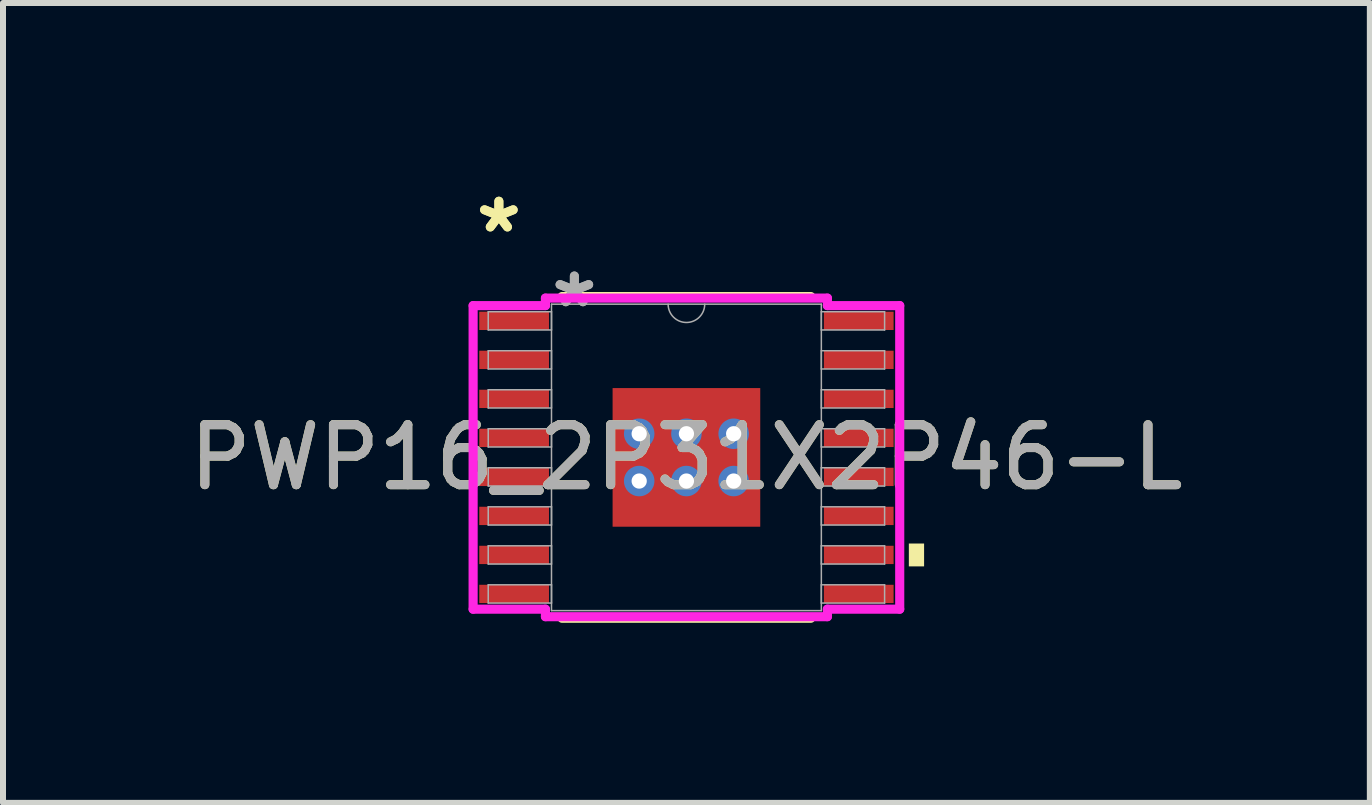
<source format=kicad_pcb>
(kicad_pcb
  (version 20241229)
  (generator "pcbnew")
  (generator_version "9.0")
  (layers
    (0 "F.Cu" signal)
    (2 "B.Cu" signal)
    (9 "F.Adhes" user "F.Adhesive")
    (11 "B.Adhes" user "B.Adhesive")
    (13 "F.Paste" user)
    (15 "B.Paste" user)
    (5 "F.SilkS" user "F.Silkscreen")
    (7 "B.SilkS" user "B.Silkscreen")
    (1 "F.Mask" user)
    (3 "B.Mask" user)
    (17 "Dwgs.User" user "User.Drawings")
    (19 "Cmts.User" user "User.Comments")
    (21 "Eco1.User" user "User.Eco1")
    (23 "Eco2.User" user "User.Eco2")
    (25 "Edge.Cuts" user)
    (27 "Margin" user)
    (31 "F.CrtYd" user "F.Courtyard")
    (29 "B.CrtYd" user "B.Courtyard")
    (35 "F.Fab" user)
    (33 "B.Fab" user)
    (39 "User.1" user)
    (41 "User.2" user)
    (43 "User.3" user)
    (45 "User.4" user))
  (footprint "PWP16_2P31X2P46-L"
    (layer "F.Cu")
    (at 8.387 4.571)
    (property "Reference" "PWP16_2P31X2P46-L" (at 0 0 0) (unlocked yes) (layer "F.SilkS") (effects (font (size 1 1) (thickness 0.15))))
    (attr smd)
    (fp_poly (pts (xy -1.294 -1.218) (xy -0.987 -1.218) (xy -0.987 1.218) (xy -1.294 1.218)) (stroke (width 0) (type solid)) (fill yes) (layer "F.Mask"))
    (fp_poly (pts (xy -1.294 -1.218) (xy 1.294 -1.218) (xy 1.294 -0.594) (xy -1.294 -0.594)) (stroke (width 0) (type solid)) (fill yes) (layer "F.Mask"))
    (fp_poly (pts (xy -1.294 -0.194) (xy 1.294 -0.194) (xy 1.294 0.194) (xy -1.294 0.194)) (stroke (width 0) (type solid)) (fill yes) (layer "F.Mask"))
    (fp_poly (pts (xy -1.294 0.594) (xy 1.294 0.594) (xy 1.294 1.218) (xy -1.294 1.218)) (stroke (width 0) (type solid)) (fill yes) (layer "F.Mask"))
    (fp_poly (pts (xy -0.2 -1.218) (xy -0.587 -1.218) (xy -0.587 1.218) (xy -0.2 1.218)) (stroke (width 0) (type solid)) (fill yes) (layer "F.Mask"))
    (fp_poly (pts (xy 0.587 -1.218) (xy 0.2 -1.218) (xy 0.2 1.218) (xy 0.587 1.218)) (stroke (width 0) (type solid)) (fill yes) (layer "F.Mask"))
    (fp_poly (pts (xy 0.987 -1.218) (xy 1.294 -1.218) (xy 1.294 1.218) (xy 0.987 1.218)) (stroke (width 0) (type solid)) (fill yes) (layer "F.Mask"))
    (fp_line (start -2.073 2.68) (end 2.073 2.68) (stroke (width 0.152) (type solid)) (layer "F.SilkS"))
    (fp_line (start 2.073 -2.68) (end -2.073 -2.68) (stroke (width 0.152) (type solid)) (layer "F.SilkS"))
    (fp_poly (pts (xy 3.96 1.435) (xy 3.96 1.816) (xy 3.706 1.816) (xy 3.706 1.435)) (stroke (width 0) (type solid)) (fill yes) (layer "F.SilkS"))
    (fp_poly (pts (xy -1.155 -1.08) (xy -1.155 -0.494) (xy -1.029 -0.494) (xy -0.887 -0.635) (xy -0.887 -1.08)) (stroke (width 0) (type solid)) (fill yes) (layer "F.Paste"))
    (fp_poly (pts (xy -1.155 0.494) (xy -1.155 1.08) (xy -0.887 1.08) (xy -0.887 0.635) (xy -1.029 0.494)) (stroke (width 0) (type solid)) (fill yes) (layer "F.Paste"))
    (fp_poly (pts (xy 0.887 -1.08) (xy 0.887 -0.635) (xy 1.029 -0.494) (xy 1.155 -0.494) (xy 1.155 -1.08)) (stroke (width 0) (type solid)) (fill yes) (layer "F.Paste"))
    (fp_poly (pts (xy 1.029 0.494) (xy 0.887 0.635) (xy 0.887 1.08) (xy 1.155 1.08) (xy 1.155 0.494)) (stroke (width 0) (type solid)) (fill yes) (layer "F.Paste"))
    (fp_poly (pts (xy -1.155 -0.294) (xy -1.155 0.294) (xy -1.029 0.294) (xy -0.887 0.152) (xy -0.887 -0.152) (xy -1.029 -0.294)) (stroke (width 0) (type solid)) (fill yes) (layer "F.Paste"))
    (fp_poly (pts (xy -0.687 -1.08) (xy -0.687 -0.635) (xy -0.546 -0.494) (xy -0.241 -0.494) (xy -0.1 -0.635) (xy -0.1 -1.08)) (stroke (width 0) (type solid)) (fill yes) (layer "F.Paste"))
    (fp_poly (pts (xy -0.546 0.494) (xy -0.687 0.635) (xy -0.687 1.08) (xy -0.1 1.08) (xy -0.1 0.635) (xy -0.241 0.494)) (stroke (width 0) (type solid)) (fill yes) (layer "F.Paste"))
    (fp_poly (pts (xy 0.1 -1.08) (xy 0.1 -0.635) (xy 0.241 -0.494) (xy 0.546 -0.494) (xy 0.687 -0.635) (xy 0.687 -1.08)) (stroke (width 0) (type solid)) (fill yes) (layer "F.Paste"))
    (fp_poly (pts (xy 0.241 0.494) (xy 0.1 0.635) (xy 0.1 1.08) (xy 0.687 1.08) (xy 0.687 0.635) (xy 0.546 0.494)) (stroke (width 0) (type solid)) (fill yes) (layer "F.Paste"))
    (fp_poly (pts (xy 1.029 -0.294) (xy 0.887 -0.152) (xy 0.887 0.152) (xy 1.029 0.294) (xy 1.155 0.294) (xy 1.155 -0.294)) (stroke (width 0) (type solid)) (fill yes) (layer "F.Paste"))
    (fp_poly (pts (xy -0.546 -0.294) (xy -0.687 -0.152) (xy -0.687 0.152) (xy -0.546 0.294) (xy -0.241 0.294) (xy -0.1 0.152) (xy -0.1 -0.152) (xy -0.241 -0.294)) (stroke (width 0) (type solid)) (fill yes) (layer "F.Paste"))
    (fp_poly (pts (xy 0.241 -0.294) (xy 0.1 -0.152) (xy 0.1 0.152) (xy 0.241 0.294) (xy 0.546 0.294) (xy 0.687 0.152) (xy 0.687 -0.152) (xy 0.546 -0.294)) (stroke (width 0) (type solid)) (fill yes) (layer "F.Paste"))
    (fp_line (start -3.554 -2.529) (end -2.349 -2.529) (stroke (width 0.152) (type solid)) (layer "F.CrtYd"))
    (fp_line (start -3.554 2.529) (end -3.554 -2.529) (stroke (width 0.152) (type solid)) (layer "F.CrtYd"))
    (fp_line (start -3.554 2.529) (end -2.349 2.529) (stroke (width 0.152) (type solid)) (layer "F.CrtYd"))
    (fp_line (start -2.349 -2.654) (end 2.349 -2.654) (stroke (width 0.152) (type solid)) (layer "F.CrtYd"))
    (fp_line (start -2.349 -2.529) (end -2.349 -2.654) (stroke (width 0.152) (type solid)) (layer "F.CrtYd"))
    (fp_line (start -2.349 2.654) (end -2.349 2.529) (stroke (width 0.152) (type solid)) (layer "F.CrtYd"))
    (fp_line (start 2.349 -2.654) (end 2.349 -2.529) (stroke (width 0.152) (type solid)) (layer "F.CrtYd"))
    (fp_line (start 2.349 2.529) (end 2.349 2.654) (stroke (width 0.152) (type solid)) (layer "F.CrtYd"))
    (fp_line (start 2.349 2.654) (end -2.349 2.654) (stroke (width 0.152) (type solid)) (layer "F.CrtYd"))
    (fp_line (start 3.554 -2.529) (end 2.349 -2.529) (stroke (width 0.152) (type solid)) (layer "F.CrtYd"))
    (fp_line (start 3.554 -2.529) (end 3.554 2.529) (stroke (width 0.152) (type solid)) (layer "F.CrtYd"))
    (fp_line (start 3.554 2.529) (end 2.349 2.529) (stroke (width 0.152) (type solid)) (layer "F.CrtYd"))
    (fp_line (start -3.302 -2.427) (end -3.302 -2.123) (stroke (width 0.025) (type solid)) (layer "F.Fab"))
    (fp_line (start -3.302 -2.123) (end -2.248 -2.123) (stroke (width 0.025) (type solid)) (layer "F.Fab"))
    (fp_line (start -3.302 -1.777) (end -3.302 -1.473) (stroke (width 0.025) (type solid)) (layer "F.Fab"))
    (fp_line (start -3.302 -1.473) (end -2.248 -1.473) (stroke (width 0.025) (type solid)) (layer "F.Fab"))
    (fp_line (start -3.302 -1.127) (end -3.302 -0.823) (stroke (width 0.025) (type solid)) (layer "F.Fab"))
    (fp_line (start -3.302 -0.823) (end -2.248 -0.823) (stroke (width 0.025) (type solid)) (layer "F.Fab"))
    (fp_line (start -3.302 -0.477) (end -3.302 -0.173) (stroke (width 0.025) (type solid)) (layer "F.Fab"))
    (fp_line (start -3.302 -0.173) (end -2.248 -0.173) (stroke (width 0.025) (type solid)) (layer "F.Fab"))
    (fp_line (start -3.302 0.173) (end -3.302 0.477) (stroke (width 0.025) (type solid)) (layer "F.Fab"))
    (fp_line (start -3.302 0.477) (end -2.248 0.477) (stroke (width 0.025) (type solid)) (layer "F.Fab"))
    (fp_line (start -3.302 0.823) (end -3.302 1.127) (stroke (width 0.025) (type solid)) (layer "F.Fab"))
    (fp_line (start -3.302 1.127) (end -2.248 1.127) (stroke (width 0.025) (type solid)) (layer "F.Fab"))
    (fp_line (start -3.302 1.473) (end -3.302 1.777) (stroke (width 0.025) (type solid)) (layer "F.Fab"))
    (fp_line (start -3.302 1.777) (end -2.248 1.777) (stroke (width 0.025) (type solid)) (layer "F.Fab"))
    (fp_line (start -3.302 2.123) (end -3.302 2.427) (stroke (width 0.025) (type solid)) (layer "F.Fab"))
    (fp_line (start -3.302 2.427) (end -2.248 2.427) (stroke (width 0.025) (type solid)) (layer "F.Fab"))
    (fp_line (start -2.248 -2.553) (end -2.248 2.553) (stroke (width 0.025) (type solid)) (layer "F.Fab"))
    (fp_line (start -2.248 -2.427) (end -3.302 -2.427) (stroke (width 0.025) (type solid)) (layer "F.Fab"))
    (fp_line (start -2.248 -2.123) (end -2.248 -2.427) (stroke (width 0.025) (type solid)) (layer "F.Fab"))
    (fp_line (start -2.248 -1.777) (end -3.302 -1.777) (stroke (width 0.025) (type solid)) (layer "F.Fab"))
    (fp_line (start -2.248 -1.473) (end -2.248 -1.777) (stroke (width 0.025) (type solid)) (layer "F.Fab"))
    (fp_line (start -2.248 -1.127) (end -3.302 -1.127) (stroke (width 0.025) (type solid)) (layer "F.Fab"))
    (fp_line (start -2.248 -0.823) (end -2.248 -1.127) (stroke (width 0.025) (type solid)) (layer "F.Fab"))
    (fp_line (start -2.248 -0.477) (end -3.302 -0.477) (stroke (width 0.025) (type solid)) (layer "F.Fab"))
    (fp_line (start -2.248 -0.173) (end -2.248 -0.477) (stroke (width 0.025) (type solid)) (layer "F.Fab"))
    (fp_line (start -2.248 0.173) (end -3.302 0.173) (stroke (width 0.025) (type solid)) (layer "F.Fab"))
    (fp_line (start -2.248 0.477) (end -2.248 0.173) (stroke (width 0.025) (type solid)) (layer "F.Fab"))
    (fp_line (start -2.248 0.823) (end -3.302 0.823) (stroke (width 0.025) (type solid)) (layer "F.Fab"))
    (fp_line (start -2.248 1.127) (end -2.248 0.823) (stroke (width 0.025) (type solid)) (layer "F.Fab"))
    (fp_line (start -2.248 1.473) (end -3.302 1.473) (stroke (width 0.025) (type solid)) (layer "F.Fab"))
    (fp_line (start -2.248 1.777) (end -2.248 1.473) (stroke (width 0.025) (type solid)) (layer "F.Fab"))
    (fp_line (start -2.248 2.123) (end -3.302 2.123) (stroke (width 0.025) (type solid)) (layer "F.Fab"))
    (fp_line (start -2.248 2.427) (end -2.248 2.123) (stroke (width 0.025) (type solid)) (layer "F.Fab"))
    (fp_line (start -2.248 2.553) (end 2.248 2.553) (stroke (width 0.025) (type solid)) (layer "F.Fab"))
    (fp_line (start 2.248 -2.553) (end -2.248 -2.553) (stroke (width 0.025) (type solid)) (layer "F.Fab"))
    (fp_line (start 2.248 -2.427) (end 2.248 -2.123) (stroke (width 0.025) (type solid)) (layer "F.Fab"))
    (fp_line (start 2.248 -2.123) (end 3.302 -2.123) (stroke (width 0.025) (type solid)) (layer "F.Fab"))
    (fp_line (start 2.248 -1.777) (end 2.248 -1.473) (stroke (width 0.025) (type solid)) (layer "F.Fab"))
    (fp_line (start 2.248 -1.473) (end 3.302 -1.473) (stroke (width 0.025) (type solid)) (layer "F.Fab"))
    (fp_line (start 2.248 -1.127) (end 2.248 -0.823) (stroke (width 0.025) (type solid)) (layer "F.Fab"))
    (fp_line (start 2.248 -0.823) (end 3.302 -0.823) (stroke (width 0.025) (type solid)) (layer "F.Fab"))
    (fp_line (start 2.248 -0.477) (end 2.248 -0.173) (stroke (width 0.025) (type solid)) (layer "F.Fab"))
    (fp_line (start 2.248 -0.173) (end 3.302 -0.173) (stroke (width 0.025) (type solid)) (layer "F.Fab"))
    (fp_line (start 2.248 0.173) (end 2.248 0.477) (stroke (width 0.025) (type solid)) (layer "F.Fab"))
    (fp_line (start 2.248 0.477) (end 3.302 0.477) (stroke (width 0.025) (type solid)) (layer "F.Fab"))
    (fp_line (start 2.248 0.823) (end 2.248 1.127) (stroke (width 0.025) (type solid)) (layer "F.Fab"))
    (fp_line (start 2.248 1.127) (end 3.302 1.127) (stroke (width 0.025) (type solid)) (layer "F.Fab"))
    (fp_line (start 2.248 1.473) (end 2.248 1.777) (stroke (width 0.025) (type solid)) (layer "F.Fab"))
    (fp_line (start 2.248 1.777) (end 3.302 1.777) (stroke (width 0.025) (type solid)) (layer "F.Fab"))
    (fp_line (start 2.248 2.123) (end 2.248 2.427) (stroke (width 0.025) (type solid)) (layer "F.Fab"))
    (fp_line (start 2.248 2.427) (end 3.302 2.427) (stroke (width 0.025) (type solid)) (layer "F.Fab"))
    (fp_line (start 2.248 2.553) (end 2.248 -2.553) (stroke (width 0.025) (type solid)) (layer "F.Fab"))
    (fp_line (start 3.302 -2.427) (end 2.248 -2.427) (stroke (width 0.025) (type solid)) (layer "F.Fab"))
    (fp_line (start 3.302 -2.123) (end 3.302 -2.427) (stroke (width 0.025) (type solid)) (layer "F.Fab"))
    (fp_line (start 3.302 -1.777) (end 2.248 -1.777) (stroke (width 0.025) (type solid)) (layer "F.Fab"))
    (fp_line (start 3.302 -1.473) (end 3.302 -1.777) (stroke (width 0.025) (type solid)) (layer "F.Fab"))
    (fp_line (start 3.302 -1.127) (end 2.248 -1.127) (stroke (width 0.025) (type solid)) (layer "F.Fab"))
    (fp_line (start 3.302 -0.823) (end 3.302 -1.127) (stroke (width 0.025) (type solid)) (layer "F.Fab"))
    (fp_line (start 3.302 -0.477) (end 2.248 -0.477) (stroke (width 0.025) (type solid)) (layer "F.Fab"))
    (fp_line (start 3.302 -0.173) (end 3.302 -0.477) (stroke (width 0.025) (type solid)) (layer "F.Fab"))
    (fp_line (start 3.302 0.173) (end 2.248 0.173) (stroke (width 0.025) (type solid)) (layer "F.Fab"))
    (fp_line (start 3.302 0.477) (end 3.302 0.173) (stroke (width 0.025) (type solid)) (layer "F.Fab"))
    (fp_line (start 3.302 0.823) (end 2.248 0.823) (stroke (width 0.025) (type solid)) (layer "F.Fab"))
    (fp_line (start 3.302 1.127) (end 3.302 0.823) (stroke (width 0.025) (type solid)) (layer "F.Fab"))
    (fp_line (start 3.302 1.473) (end 2.248 1.473) (stroke (width 0.025) (type solid)) (layer "F.Fab"))
    (fp_line (start 3.302 1.777) (end 3.302 1.473) (stroke (width 0.025) (type solid)) (layer "F.Fab"))
    (fp_line (start 3.302 2.123) (end 2.248 2.123) (stroke (width 0.025) (type solid)) (layer "F.Fab"))
    (fp_line (start 3.302 2.427) (end 3.302 2.123) (stroke (width 0.025) (type solid)) (layer "F.Fab"))
    (fp_arc (start 0.3048 -2.5527) (mid 0 -2.2479) (end -0.3048 -2.5527) (stroke (width 0.0254) (type solid)) (layer "F.Fab"))
    (fp_text user "*" (at -3.125 -3.723 0) (layer "F.SilkS") (effects (font (size 1 1) (thickness 0.15))))
    (fp_text user "*" (at -3.125 -3.723 0) (unlocked yes) (layer "F.SilkS") (effects (font (size 1 1) (thickness 0.15))))
    (fp_text user "*" (at -1.867 -2.477 0) (layer "F.Fab") (effects (font (size 1 1) (thickness 0.15))))
    (fp_text user "${REFERENCE}" (at 0 0 0) (unlocked yes) (layer "F.Fab") (effects (font (size 1 1) (thickness 0.15))))
    (fp_text user "*" (at -1.867 -2.477 0) (unlocked yes) (layer "F.Fab") (effects (font (size 1 1) (thickness 0.15))))
    (pad "1" smd rect (at -2.871 -2.275) (size 1.162 0.305) (layers "F.Cu" "F.Mask" "F.Paste"))
    (pad "2" smd rect (at -2.871 -1.625) (size 1.162 0.305) (layers "F.Cu" "F.Mask" "F.Paste"))
    (pad "3" smd rect (at -2.871 -0.975) (size 1.162 0.305) (layers "F.Cu" "F.Mask" "F.Paste"))
    (pad "4" smd rect (at -2.871 -0.325) (size 1.162 0.305) (layers "F.Cu" "F.Mask" "F.Paste"))
    (pad "5" smd rect (at -2.871 0.325) (size 1.162 0.305) (layers "F.Cu" "F.Mask" "F.Paste"))
    (pad "6" smd rect (at -2.871 0.975) (size 1.162 0.305) (layers "F.Cu" "F.Mask" "F.Paste"))
    (pad "7" smd rect (at -2.871 1.625) (size 1.162 0.305) (layers "F.Cu" "F.Mask" "F.Paste"))
    (pad "8" smd rect (at -2.871 2.275) (size 1.162 0.305) (layers "F.Cu" "F.Mask" "F.Paste"))
    (pad "9" smd rect (at 2.871 2.275) (size 1.162 0.305) (layers "F.Cu" "F.Mask" "F.Paste"))
    (pad "10" smd rect (at 2.871 1.625) (size 1.162 0.305) (layers "F.Cu" "F.Mask" "F.Paste"))
    (pad "11" smd rect (at 2.871 0.975) (size 1.162 0.305) (layers "F.Cu" "F.Mask" "F.Paste"))
    (pad "12" smd rect (at 2.871 0.325) (size 1.162 0.305) (layers "F.Cu" "F.Mask" "F.Paste"))
    (pad "13" smd rect (at 2.871 -0.325) (size 1.162 0.305) (layers "F.Cu" "F.Mask" "F.Paste"))
    (pad "14" smd rect (at 2.871 -0.975) (size 1.162 0.305) (layers "F.Cu" "F.Mask" "F.Paste"))
    (pad "15" smd rect (at 2.871 -1.625) (size 1.162 0.305) (layers "F.Cu" "F.Mask" "F.Paste"))
    (pad "16" smd rect (at 2.871 -2.275) (size 1.162 0.305) (layers "F.Cu" "F.Mask" "F.Paste"))
    (pad "EPAD" smd rect (at 0 0) (size 2.46 2.31) (layers "F.Cu"))
    (pad "V" thru_hole circle (at -0.787 -0.394) (size 0.508 0.508) (drill 0.254) (layers "*.Cu" "*.Mask"))
    (pad "V" thru_hole circle (at -0.787 0.394) (size 0.508 0.508) (drill 0.254) (layers "*.Cu" "*.Mask"))
    (pad "V" thru_hole circle (at 0 -0.394) (size 0.508 0.508) (drill 0.254) (layers "*.Cu" "*.Mask"))
    (pad "V" thru_hole circle (at 0 0.394) (size 0.508 0.508) (drill 0.254) (layers "*.Cu" "*.Mask"))
    (pad "V" thru_hole circle (at 0.787 -0.394) (size 0.508 0.508) (drill 0.254) (layers "*.Cu" "*.Mask"))
    (pad "V" thru_hole circle (at 0.787 0.394) (size 0.508 0.508) (drill 0.254) (layers "*.Cu" "*.Mask")))
  (gr_rect
    (start -3 -3)
    (end 19.774 10.327)
    (stroke (width 0.1) (type default))
    (fill no)
    (layer "Edge.Cuts")))
</source>
